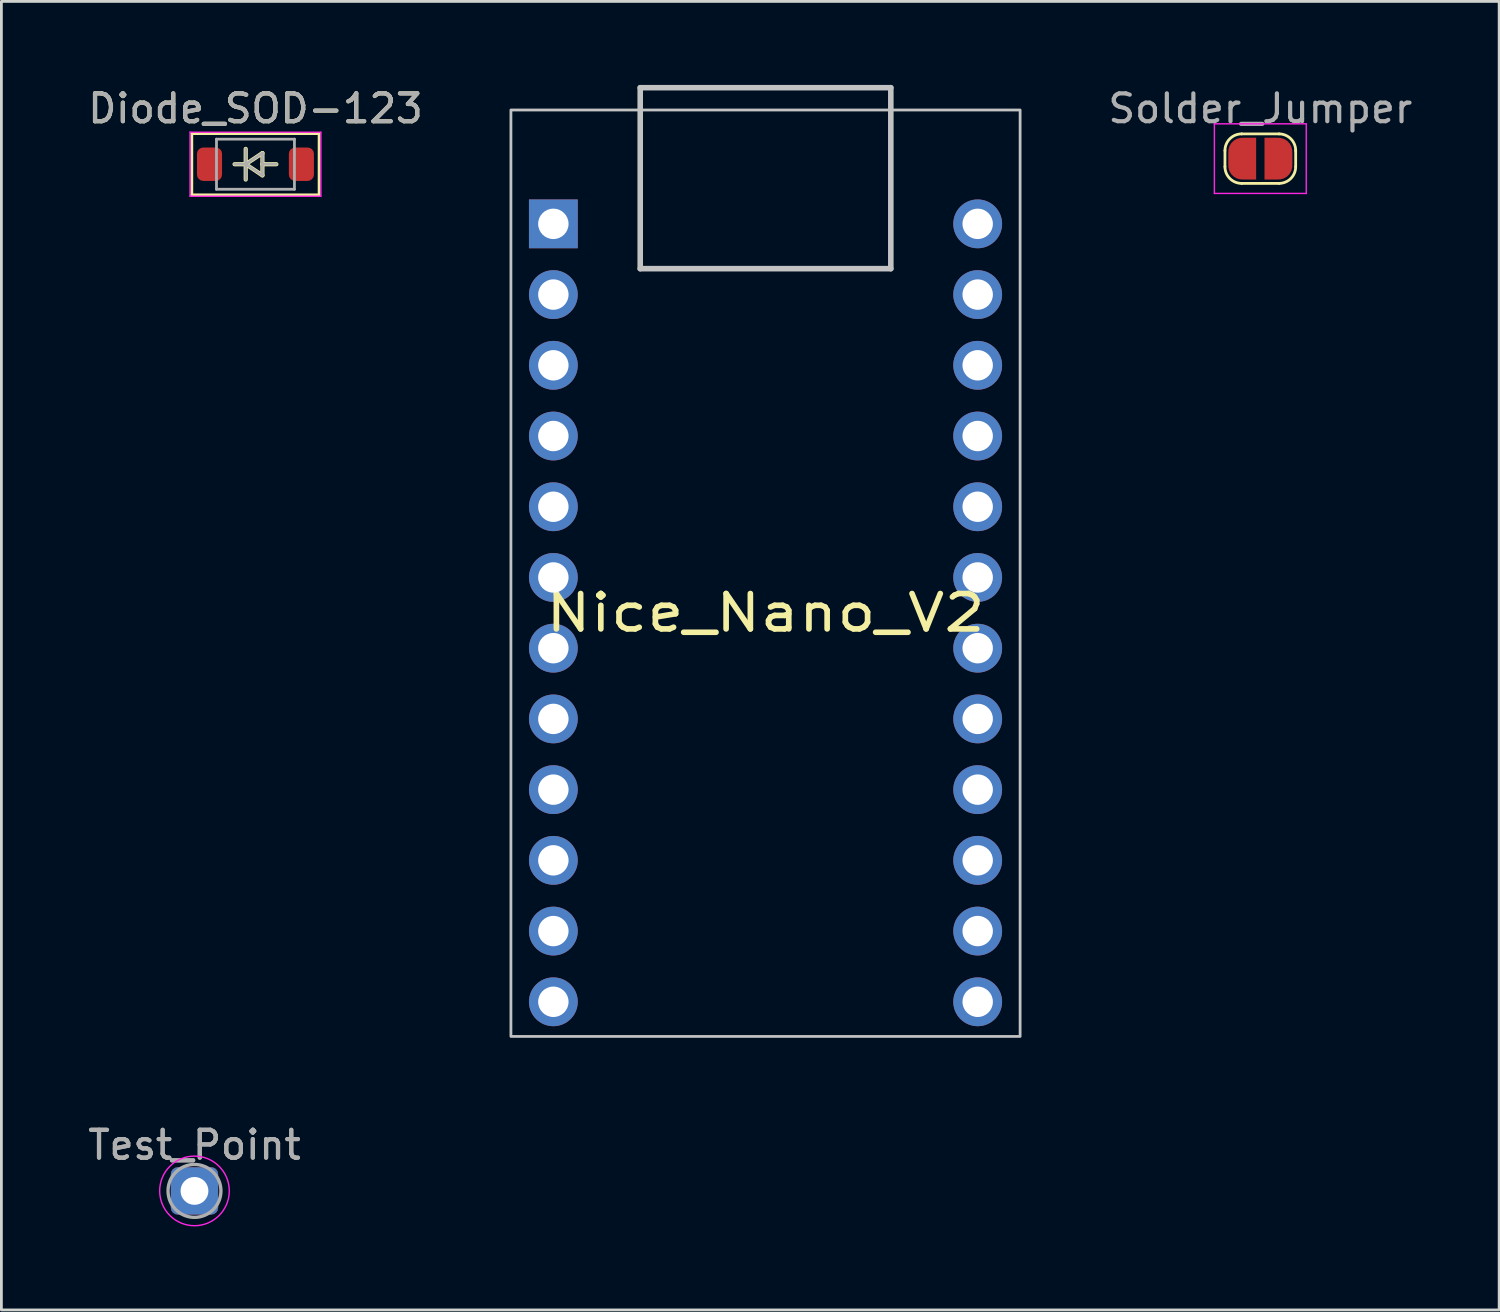
<source format=kicad_pcb>
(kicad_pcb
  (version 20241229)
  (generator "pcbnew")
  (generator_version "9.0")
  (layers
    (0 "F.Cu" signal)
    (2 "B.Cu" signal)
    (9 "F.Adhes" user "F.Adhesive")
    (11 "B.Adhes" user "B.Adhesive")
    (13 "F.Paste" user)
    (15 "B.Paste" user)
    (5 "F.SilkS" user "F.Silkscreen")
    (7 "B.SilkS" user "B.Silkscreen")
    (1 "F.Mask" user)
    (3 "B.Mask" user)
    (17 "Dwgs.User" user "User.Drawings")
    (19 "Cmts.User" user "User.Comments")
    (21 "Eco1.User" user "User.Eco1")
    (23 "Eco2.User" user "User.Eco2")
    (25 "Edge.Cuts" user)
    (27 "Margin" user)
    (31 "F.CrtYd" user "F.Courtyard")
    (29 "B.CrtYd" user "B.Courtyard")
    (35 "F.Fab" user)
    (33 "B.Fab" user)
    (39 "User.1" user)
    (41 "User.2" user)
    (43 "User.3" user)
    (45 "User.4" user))
  (footprint "Test_Point"
    (layer "F.Cu")
    (at 3.935 39.722)
    (property "Reference" "Test_Point" (at 0 -1.648 0) (layer "F.Fab") (effects (font (size 1 1) (thickness 0.15))))
    (attr exclude_from_pos_files exclude_from_bom)
    (fp_circle (center 0 0) (end 1.25 0) (stroke (width 0.05) (type solid)) (fill no) (layer "F.CrtYd"))
    (fp_circle (center 0 0) (end 0 0.95) (stroke (width 0.12) (type solid)) (fill no) (layer "F.Fab"))
    (fp_text user "${REFERENCE}" (at 0 -1.65 0) (layer "F.Fab") (effects (font (size 1 1) (thickness 0.15))))
    (pad "1" thru_hole roundrect (at 0 0) (size 1.7 1.7) (drill 1) (layers "*.Cu" "*.Mask") (roundrect_rratio 0.147)))
  (footprint "Solder_Jumper"
    (layer "F.Cu")
    (at 42.215 2.648)
    (property "Reference" "Solder_Jumper" (at 0 -1.8 0) (layer "F.Fab") (effects (font (size 1 1) (thickness 0.15))))
    (attr exclude_from_pos_files exclude_from_bom allow_soldermask_bridges)
    (fp_line (start -1.27 0.289) (end -1.27 -0.289) (stroke (width 0.1) (type default)) (layer "F.SilkS"))
    (fp_line (start -0.67 -0.889) (end 0.67 -0.889) (stroke (width 0.1) (type default)) (layer "F.SilkS"))
    (fp_line (start 0.67 0.889) (end -0.67 0.889) (stroke (width 0.1) (type default)) (layer "F.SilkS"))
    (fp_line (start 1.27 -0.289) (end 1.27 0.289) (stroke (width 0.1) (type default)) (layer "F.SilkS"))
    (fp_arc (start -1.27 -0.289) (mid -1.094264 -0.713264) (end -0.67 -0.889) (stroke (width 0.1) (type default)) (layer "F.SilkS"))
    (fp_arc (start -0.67 0.889) (mid -1.094264 0.713264) (end -1.27 0.289) (stroke (width 0.1) (type default)) (layer "F.SilkS"))
    (fp_arc (start 0.67 -0.889) (mid 1.094264 -0.713264) (end 1.27 -0.289) (stroke (width 0.1) (type default)) (layer "F.SilkS"))
    (fp_arc (start 1.27 0.289) (mid 1.094264 0.713264) (end 0.67 0.889) (stroke (width 0.1) (type default)) (layer "F.SilkS"))
    (fp_line (start -1.65 -1.25) (end -1.65 1.25) (stroke (width 0.05) (type solid)) (layer "F.CrtYd"))
    (fp_line (start -1.65 -1.25) (end 1.65 -1.25) (stroke (width 0.05) (type solid)) (layer "F.CrtYd"))
    (fp_line (start 1.65 1.25) (end -1.65 1.25) (stroke (width 0.05) (type solid)) (layer "F.CrtYd"))
    (fp_line (start 1.65 1.25) (end 1.65 -1.25) (stroke (width 0.05) (type solid)) (layer "F.CrtYd"))
    (pad "1" smd custom (at -0.65 0) (size 1 0.5) (layers "F.Cu" "F.Mask") (options (anchor rect)) (primitives (gr_circle (center 0 0.25) (end 0.5 0.25) (width 0) (fill yes)) (gr_circle (center 0 -0.25) (end 0.5 -0.25) (width 0) (fill yes)) (gr_poly (pts (xy 0.5 0.75) (xy 0 0.75) (xy 0 -0.75) (xy 0.5 -0.75)) (width 0) (fill yes))))
    (pad "2" smd custom (at 0.65 0) (size 1 0.5) (layers "F.Cu" "F.Mask") (options (anchor rect)) (primitives (gr_circle (center 0 0.25) (end 0.5 0.25) (width 0) (fill yes)) (gr_circle (center 0 -0.25) (end 0.5 -0.25) (width 0) (fill yes)) (gr_poly (pts (xy 0 0.75) (xy -0.5 0.75) (xy -0.5 -0.75) (xy 0 -0.75)) (width 0) (fill yes)))))
  (footprint "Diode_SOD-123"
    (layer "F.Cu")
    (at 6.125 2.848)
    (property "Reference" "Diode_SOD-123" (at 0 -2 0) (layer "F.SilkS") (effects (font (size 1 1) (thickness 0.15))))
    (attr smd)
    (fp_line (start -2.286 -1.1) (end 2.286 -1.1) (stroke (width 0.1) (type default)) (layer "F.SilkS"))
    (fp_line (start -2.286 1.1) (end -2.286 -1.1) (stroke (width 0.1) (type default)) (layer "F.SilkS"))
    (fp_line (start -0.75 0) (end -0.35 0) (stroke (width 0.15) (type solid)) (layer "F.SilkS"))
    (fp_line (start -0.35 0) (end -0.35 -0.55) (stroke (width 0.15) (type solid)) (layer "F.SilkS"))
    (fp_line (start -0.35 0) (end -0.35 0.55) (stroke (width 0.15) (type solid)) (layer "F.SilkS"))
    (fp_line (start -0.35 0) (end 0.25 -0.4) (stroke (width 0.15) (type solid)) (layer "F.SilkS"))
    (fp_line (start 0.25 -0.4) (end 0.25 0.4) (stroke (width 0.15) (type solid)) (layer "F.SilkS"))
    (fp_line (start 0.25 0) (end 0.75 0) (stroke (width 0.15) (type solid)) (layer "F.SilkS"))
    (fp_line (start 0.25 0.4) (end -0.35 0) (stroke (width 0.15) (type solid)) (layer "F.SilkS"))
    (fp_line (start 2.286 -1.1) (end 2.286 1.1) (stroke (width 0.1) (type default)) (layer "F.SilkS"))
    (fp_line (start 2.286 1.1) (end -2.286 1.1) (stroke (width 0.1) (type default)) (layer "F.SilkS"))
    (fp_line (start -2.35 -1.15) (end -2.35 1.15) (stroke (width 0.05) (type solid)) (layer "F.CrtYd"))
    (fp_line (start -2.35 -1.15) (end 2.35 -1.15) (stroke (width 0.05) (type solid)) (layer "F.CrtYd"))
    (fp_line (start 2.35 -1.15) (end 2.35 1.15) (stroke (width 0.05) (type solid)) (layer "F.CrtYd"))
    (fp_line (start 2.35 1.15) (end -2.35 1.15) (stroke (width 0.05) (type solid)) (layer "F.CrtYd"))
    (fp_line (start -1.4 -0.9) (end 1.4 -0.9) (stroke (width 0.1) (type solid)) (layer "F.Fab"))
    (fp_line (start -1.4 0.9) (end -1.4 -0.9) (stroke (width 0.1) (type solid)) (layer "F.Fab"))
    (fp_line (start -0.75 0) (end -0.35 0) (stroke (width 0.1) (type solid)) (layer "F.Fab"))
    (fp_line (start -0.35 0) (end -0.35 -0.55) (stroke (width 0.1) (type solid)) (layer "F.Fab"))
    (fp_line (start -0.35 0) (end -0.35 0.55) (stroke (width 0.1) (type solid)) (layer "F.Fab"))
    (fp_line (start -0.35 0) (end 0.25 -0.4) (stroke (width 0.1) (type solid)) (layer "F.Fab"))
    (fp_line (start 0.25 -0.4) (end 0.25 0.4) (stroke (width 0.1) (type solid)) (layer "F.Fab"))
    (fp_line (start 0.25 0) (end 0.75 0) (stroke (width 0.1) (type solid)) (layer "F.Fab"))
    (fp_line (start 0.25 0.4) (end -0.35 0) (stroke (width 0.1) (type solid)) (layer "F.Fab"))
    (fp_line (start 1.4 -0.9) (end 1.4 0.9) (stroke (width 0.1) (type solid)) (layer "F.Fab"))
    (fp_line (start 1.4 0.9) (end -1.4 0.9) (stroke (width 0.1) (type solid)) (layer "F.Fab"))
    (fp_text user "${REFERENCE}" (at 0 -2 0) (layer "F.Fab") (effects (font (size 1 1) (thickness 0.15))))
    (pad "1" smd roundrect (at -1.65 0) (size 0.9 1.2) (layers "F.Cu" "F.Mask" "F.Paste") (roundrect_rratio 0.25))
    (pad "2" smd roundrect (at 1.65 0) (size 0.9 1.2) (layers "F.Cu" "F.Mask" "F.Paste") (roundrect_rratio 0.25)))
  (footprint "Nice_Nano_V2"
    (layer "F.Cu")
    (at 24.444 18.68)
    (property "Reference" "Nice_Nano_V2" (at 0 0.28 0) (layer "F.SilkS") (effects (font (size 1.27 1.524) (thickness 0.203))))
    (attr through_hole)
    (fp_line (start -4.5 -18.58) (end -4.5 -12.08) (stroke (width 0.2) (type default)) (layer "Dwgs.User"))
    (fp_line (start -4.5 -18.58) (end 4.5 -18.58) (stroke (width 0.2) (type default)) (layer "Dwgs.User"))
    (fp_line (start -4.5 -12.08) (end 4.5 -12.08) (stroke (width 0.2) (type default)) (layer "Dwgs.User"))
    (fp_line (start 4.5 -18.58) (end 4.5 -12.08) (stroke (width 0.2) (type default)) (layer "Dwgs.User"))
    (fp_rect (start -9.144 -17.78) (end 9.144 15.494) (stroke (width 0.1) (type default)) (fill no) (layer "Dwgs.User"))
    (pad "1" thru_hole rect (at -7.62 -13.69 270) (size 1.753 1.753) (drill 1.092) (layers "*.Cu" "*.Mask"))
    (pad "2" thru_hole circle (at -7.62 -11.15 270) (size 1.753 1.753) (drill 1.092) (layers "*.Cu" "*.Mask"))
    (pad "3" thru_hole circle (at -7.62 -8.61 270) (size 1.753 1.753) (drill 1.092) (layers "*.Cu" "*.Mask"))
    (pad "4" thru_hole circle (at -7.62 -6.07 270) (size 1.753 1.753) (drill 1.092) (layers "*.Cu" "*.Mask"))
    (pad "5" thru_hole circle (at -7.62 -3.53 270) (size 1.753 1.753) (drill 1.092) (layers "*.Cu" "*.Mask"))
    (pad "6" thru_hole circle (at -7.62 -0.99 270) (size 1.753 1.753) (drill 1.092) (layers "*.Cu" "*.Mask"))
    (pad "7" thru_hole circle (at -7.62 1.55 270) (size 1.753 1.753) (drill 1.092) (layers "*.Cu" "*.Mask"))
    (pad "8" thru_hole circle (at -7.62 4.09 270) (size 1.753 1.753) (drill 1.092) (layers "*.Cu" "*.Mask"))
    (pad "9" thru_hole circle (at -7.62 6.63 270) (size 1.753 1.753) (drill 1.092) (layers "*.Cu" "*.Mask"))
    (pad "10" thru_hole circle (at -7.62 9.17 270) (size 1.753 1.753) (drill 1.092) (layers "*.Cu" "*.Mask"))
    (pad "11" thru_hole circle (at -7.62 11.71 270) (size 1.753 1.753) (drill 1.092) (layers "*.Cu" "*.Mask"))
    (pad "12" thru_hole circle (at -7.62 14.25 270) (size 1.753 1.753) (drill 1.092) (layers "*.Cu" "*.Mask"))
    (pad "13" thru_hole circle (at 7.62 14.25 270) (size 1.753 1.753) (drill 1.092) (layers "*.Cu" "*.Mask"))
    (pad "14" thru_hole circle (at 7.62 11.71 270) (size 1.753 1.753) (drill 1.092) (layers "*.Cu" "*.Mask"))
    (pad "15" thru_hole circle (at 7.62 9.17 270) (size 1.753 1.753) (drill 1.092) (layers "*.Cu" "*.Mask"))
    (pad "16" thru_hole circle (at 7.62 6.63 270) (size 1.753 1.753) (drill 1.092) (layers "*.Cu" "*.Mask"))
    (pad "17" thru_hole circle (at 7.62 4.09 270) (size 1.753 1.753) (drill 1.092) (layers "*.Cu" "*.Mask"))
    (pad "18" thru_hole circle (at 7.62 1.55 270) (size 1.753 1.753) (drill 1.092) (layers "*.Cu" "*.Mask"))
    (pad "19" thru_hole circle (at 7.62 -0.99 270) (size 1.753 1.753) (drill 1.092) (layers "*.Cu" "*.Mask"))
    (pad "20" thru_hole circle (at 7.62 -3.53 270) (size 1.753 1.753) (drill 1.092) (layers "*.Cu" "*.Mask"))
    (pad "21" thru_hole circle (at 7.62 -6.07 270) (size 1.753 1.753) (drill 1.092) (layers "*.Cu" "*.Mask"))
    (pad "22" thru_hole circle (at 7.62 -8.61 270) (size 1.753 1.753) (drill 1.092) (layers "*.Cu" "*.Mask"))
    (pad "23" thru_hole circle (at 7.62 -11.15 270) (size 1.753 1.753) (drill 1.092) (layers "*.Cu" "*.Mask"))
    (pad "24" thru_hole circle (at 7.62 -13.69 270) (size 1.753 1.753) (drill 1.092) (layers "*.Cu" "*.Mask")))
  (gr_rect
    (start -3 -3)
    (end 50.793 43.997)
    (stroke (width 0.1) (type default))
    (fill no)
    (layer "Edge.Cuts")))
</source>
